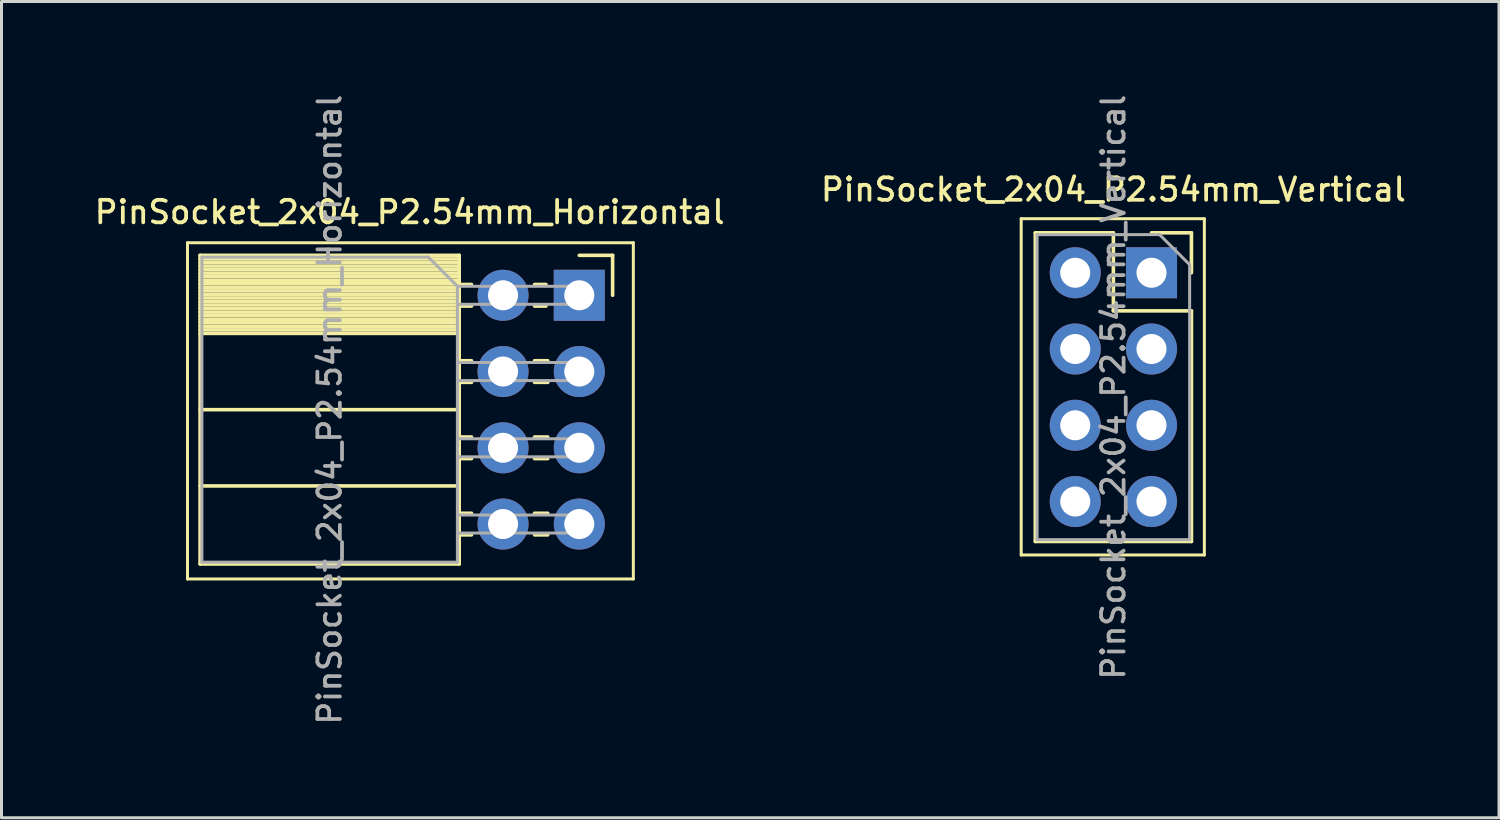
<source format=kicad_pcb>
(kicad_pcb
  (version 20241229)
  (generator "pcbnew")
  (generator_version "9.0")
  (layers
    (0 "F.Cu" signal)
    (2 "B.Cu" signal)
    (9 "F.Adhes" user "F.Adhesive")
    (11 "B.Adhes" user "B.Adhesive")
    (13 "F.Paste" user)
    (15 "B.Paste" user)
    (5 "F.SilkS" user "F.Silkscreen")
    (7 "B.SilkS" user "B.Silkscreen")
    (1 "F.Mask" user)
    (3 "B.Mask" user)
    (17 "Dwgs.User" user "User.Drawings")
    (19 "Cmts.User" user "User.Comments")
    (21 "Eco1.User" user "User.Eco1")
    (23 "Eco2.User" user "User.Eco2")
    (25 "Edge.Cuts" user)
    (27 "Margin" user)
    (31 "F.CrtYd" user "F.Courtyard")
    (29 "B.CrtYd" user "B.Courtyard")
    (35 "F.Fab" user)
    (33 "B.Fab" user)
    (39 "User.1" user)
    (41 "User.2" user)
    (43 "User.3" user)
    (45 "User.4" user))
  (footprint "PinSocket_2x04_P2.54mm_Vertical"
    (layer "F.Cu")
    (at 35.304 6.035)
    (property "Reference" "PinSocket_2x04_P2.54mm_Vertical" (at -1.27 -2.77 0) (layer "F.SilkS") (effects (font (size 0.75 0.75) (thickness 0.125))))
    (attr through_hole)
    (fp_line (start -4.34 -1.8) (end 1.76 -1.8) (stroke (width 0.1) (type solid)) (layer "F.SilkS"))
    (fp_line (start -4.34 9.4) (end -4.34 -1.8) (stroke (width 0.1) (type solid)) (layer "F.SilkS"))
    (fp_line (start -3.87 -1.33) (end -3.87 8.95) (stroke (width 0.12) (type solid)) (layer "F.SilkS"))
    (fp_line (start -3.87 -1.33) (end -1.27 -1.33) (stroke (width 0.12) (type solid)) (layer "F.SilkS"))
    (fp_line (start -3.87 8.95) (end 1.33 8.95) (stroke (width 0.12) (type solid)) (layer "F.SilkS"))
    (fp_line (start -1.27 -1.33) (end -1.27 1.27) (stroke (width 0.12) (type solid)) (layer "F.SilkS"))
    (fp_line (start -1.27 1.27) (end 1.33 1.27) (stroke (width 0.12) (type solid)) (layer "F.SilkS"))
    (fp_line (start 0 -1.33) (end 1.33 -1.33) (stroke (width 0.12) (type solid)) (layer "F.SilkS"))
    (fp_line (start 1.33 -1.33) (end 1.33 0) (stroke (width 0.12) (type solid)) (layer "F.SilkS"))
    (fp_line (start 1.33 1.27) (end 1.33 8.95) (stroke (width 0.12) (type solid)) (layer "F.SilkS"))
    (fp_line (start 1.76 -1.8) (end 1.76 9.4) (stroke (width 0.1) (type solid)) (layer "F.SilkS"))
    (fp_line (start 1.76 9.4) (end -4.34 9.4) (stroke (width 0.1) (type solid)) (layer "F.SilkS"))
    (fp_line (start -3.81 -1.27) (end 0.27 -1.27) (stroke (width 0.1) (type solid)) (layer "F.Fab"))
    (fp_line (start -3.81 8.89) (end -3.81 -1.27) (stroke (width 0.1) (type solid)) (layer "F.Fab"))
    (fp_line (start 0.27 -1.27) (end 1.27 -0.27) (stroke (width 0.1) (type solid)) (layer "F.Fab"))
    (fp_line (start 1.27 -0.27) (end 1.27 8.89) (stroke (width 0.1) (type solid)) (layer "F.Fab"))
    (fp_line (start 1.27 8.89) (end -3.81 8.89) (stroke (width 0.1) (type solid)) (layer "F.Fab"))
    (fp_text user "${REFERENCE}" (at -1.27 3.81 90) (layer "F.Fab") (effects (font (size 0.75 0.75) (thickness 0.125))))
    (pad "1" thru_hole rect (at 0 0) (size 1.7 1.7) (drill 1) (layers "*.Cu" "*.Mask"))
    (pad "2" thru_hole oval (at -2.54 0) (size 1.7 1.7) (drill 1) (layers "*.Cu" "*.Mask"))
    (pad "3" thru_hole oval (at 0 2.54) (size 1.7 1.7) (drill 1) (layers "*.Cu" "*.Mask"))
    (pad "4" thru_hole oval (at -2.54 2.54) (size 1.7 1.7) (drill 1) (layers "*.Cu" "*.Mask"))
    (pad "5" thru_hole oval (at 0 5.08) (size 1.7 1.7) (drill 1) (layers "*.Cu" "*.Mask"))
    (pad "6" thru_hole oval (at -2.54 5.08) (size 1.7 1.7) (drill 1) (layers "*.Cu" "*.Mask"))
    (pad "7" thru_hole oval (at 0 7.62) (size 1.7 1.7) (drill 1) (layers "*.Cu" "*.Mask"))
    (pad "8" thru_hole oval (at -2.54 7.62) (size 1.7 1.7) (drill 1) (layers "*.Cu" "*.Mask")))
  (footprint "PinSocket_2x04_P2.54mm_Horizontal"
    (layer "F.Cu")
    (at 16.245 6.785)
    (property "Reference" "PinSocket_2x04_P2.54mm_Horizontal" (at -5.65 -2.77 0) (layer "F.SilkS") (effects (font (size 0.75 0.75) (thickness 0.125))))
    (attr through_hole)
    (fp_line (start -13.05 -1.75) (end -13.05 9.45) (stroke (width 0.1) (type solid)) (layer "F.SilkS"))
    (fp_line (start -13.05 9.45) (end 1.8 9.45) (stroke (width 0.1) (type solid)) (layer "F.SilkS"))
    (fp_line (start -12.63 -1.33) (end -12.63 8.95) (stroke (width 0.12) (type solid)) (layer "F.SilkS"))
    (fp_line (start -12.63 -1.33) (end -4 -1.33) (stroke (width 0.12) (type solid)) (layer "F.SilkS"))
    (fp_line (start -12.63 -1.21) (end -4 -1.21) (stroke (width 0.12) (type solid)) (layer "F.SilkS"))
    (fp_line (start -12.63 -1.092) (end -4 -1.092) (stroke (width 0.12) (type solid)) (layer "F.SilkS"))
    (fp_line (start -12.63 -0.974) (end -4 -0.974) (stroke (width 0.12) (type solid)) (layer "F.SilkS"))
    (fp_line (start -12.63 -0.856) (end -4 -0.856) (stroke (width 0.12) (type solid)) (layer "F.SilkS"))
    (fp_line (start -12.63 -0.738) (end -4 -0.738) (stroke (width 0.12) (type solid)) (layer "F.SilkS"))
    (fp_line (start -12.63 -0.62) (end -4 -0.62) (stroke (width 0.12) (type solid)) (layer "F.SilkS"))
    (fp_line (start -12.63 -0.501) (end -4 -0.501) (stroke (width 0.12) (type solid)) (layer "F.SilkS"))
    (fp_line (start -12.63 -0.383) (end -4 -0.383) (stroke (width 0.12) (type solid)) (layer "F.SilkS"))
    (fp_line (start -12.63 -0.265) (end -4 -0.265) (stroke (width 0.12) (type solid)) (layer "F.SilkS"))
    (fp_line (start -12.63 -0.147) (end -4 -0.147) (stroke (width 0.12) (type solid)) (layer "F.SilkS"))
    (fp_line (start -12.63 -0.029) (end -4 -0.029) (stroke (width 0.12) (type solid)) (layer "F.SilkS"))
    (fp_line (start -12.63 0.089) (end -4 0.089) (stroke (width 0.12) (type solid)) (layer "F.SilkS"))
    (fp_line (start -12.63 0.207) (end -4 0.207) (stroke (width 0.12) (type solid)) (layer "F.SilkS"))
    (fp_line (start -12.63 0.325) (end -4 0.325) (stroke (width 0.12) (type solid)) (layer "F.SilkS"))
    (fp_line (start -12.63 0.443) (end -4 0.443) (stroke (width 0.12) (type solid)) (layer "F.SilkS"))
    (fp_line (start -12.63 0.561) (end -4 0.561) (stroke (width 0.12) (type solid)) (layer "F.SilkS"))
    (fp_line (start -12.63 0.68) (end -4 0.68) (stroke (width 0.12) (type solid)) (layer "F.SilkS"))
    (fp_line (start -12.63 0.798) (end -4 0.798) (stroke (width 0.12) (type solid)) (layer "F.SilkS"))
    (fp_line (start -12.63 0.916) (end -4 0.916) (stroke (width 0.12) (type solid)) (layer "F.SilkS"))
    (fp_line (start -12.63 1.034) (end -4 1.034) (stroke (width 0.12) (type solid)) (layer "F.SilkS"))
    (fp_line (start -12.63 1.152) (end -4 1.152) (stroke (width 0.12) (type solid)) (layer "F.SilkS"))
    (fp_line (start -12.63 1.27) (end -4 1.27) (stroke (width 0.12) (type solid)) (layer "F.SilkS"))
    (fp_line (start -12.63 3.81) (end -4 3.81) (stroke (width 0.12) (type solid)) (layer "F.SilkS"))
    (fp_line (start -12.63 6.35) (end -4 6.35) (stroke (width 0.12) (type solid)) (layer "F.SilkS"))
    (fp_line (start -12.63 8.95) (end -4 8.95) (stroke (width 0.12) (type solid)) (layer "F.SilkS"))
    (fp_line (start -4 -1.33) (end -4 8.95) (stroke (width 0.12) (type solid)) (layer "F.SilkS"))
    (fp_line (start -4 -0.36) (end -3.59 -0.36) (stroke (width 0.12) (type solid)) (layer "F.SilkS"))
    (fp_line (start -4 0.36) (end -3.59 0.36) (stroke (width 0.12) (type solid)) (layer "F.SilkS"))
    (fp_line (start -4 2.18) (end -3.59 2.18) (stroke (width 0.12) (type solid)) (layer "F.SilkS"))
    (fp_line (start -4 2.9) (end -3.59 2.9) (stroke (width 0.12) (type solid)) (layer "F.SilkS"))
    (fp_line (start -4 4.72) (end -3.59 4.72) (stroke (width 0.12) (type solid)) (layer "F.SilkS"))
    (fp_line (start -4 5.44) (end -3.59 5.44) (stroke (width 0.12) (type solid)) (layer "F.SilkS"))
    (fp_line (start -4 7.26) (end -3.59 7.26) (stroke (width 0.12) (type solid)) (layer "F.SilkS"))
    (fp_line (start -4 7.98) (end -3.59 7.98) (stroke (width 0.12) (type solid)) (layer "F.SilkS"))
    (fp_line (start -1.49 -0.36) (end -1.11 -0.36) (stroke (width 0.12) (type solid)) (layer "F.SilkS"))
    (fp_line (start -1.49 0.36) (end -1.11 0.36) (stroke (width 0.12) (type solid)) (layer "F.SilkS"))
    (fp_line (start -1.49 2.18) (end -1.05 2.18) (stroke (width 0.12) (type solid)) (layer "F.SilkS"))
    (fp_line (start -1.49 2.9) (end -1.05 2.9) (stroke (width 0.12) (type solid)) (layer "F.SilkS"))
    (fp_line (start -1.49 4.72) (end -1.05 4.72) (stroke (width 0.12) (type solid)) (layer "F.SilkS"))
    (fp_line (start -1.49 5.44) (end -1.05 5.44) (stroke (width 0.12) (type solid)) (layer "F.SilkS"))
    (fp_line (start -1.49 7.26) (end -1.05 7.26) (stroke (width 0.12) (type solid)) (layer "F.SilkS"))
    (fp_line (start -1.49 7.98) (end -1.05 7.98) (stroke (width 0.12) (type solid)) (layer "F.SilkS"))
    (fp_line (start 0 -1.33) (end 1.11 -1.33) (stroke (width 0.12) (type solid)) (layer "F.SilkS"))
    (fp_line (start 1.11 -1.33) (end 1.11 0) (stroke (width 0.12) (type solid)) (layer "F.SilkS"))
    (fp_line (start 1.8 -1.75) (end -13.05 -1.75) (stroke (width 0.1) (type solid)) (layer "F.SilkS"))
    (fp_line (start 1.8 9.45) (end 1.8 -1.75) (stroke (width 0.1) (type solid)) (layer "F.SilkS"))
    (fp_line (start -12.57 -1.27) (end -5.03 -1.27) (stroke (width 0.1) (type solid)) (layer "F.Fab"))
    (fp_line (start -12.57 8.89) (end -12.57 -1.27) (stroke (width 0.1) (type solid)) (layer "F.Fab"))
    (fp_line (start -5.03 -1.27) (end -4.06 -0.3) (stroke (width 0.1) (type solid)) (layer "F.Fab"))
    (fp_line (start -4.06 -0.3) (end -4.06 8.89) (stroke (width 0.1) (type solid)) (layer "F.Fab"))
    (fp_line (start -4.06 0.3) (end 0 0.3) (stroke (width 0.1) (type solid)) (layer "F.Fab"))
    (fp_line (start -4.06 2.84) (end 0 2.84) (stroke (width 0.1) (type solid)) (layer "F.Fab"))
    (fp_line (start -4.06 5.38) (end 0 5.38) (stroke (width 0.1) (type solid)) (layer "F.Fab"))
    (fp_line (start -4.06 7.92) (end 0 7.92) (stroke (width 0.1) (type solid)) (layer "F.Fab"))
    (fp_line (start -4.06 8.89) (end -12.57 8.89) (stroke (width 0.1) (type solid)) (layer "F.Fab"))
    (fp_line (start 0 -0.3) (end -4.06 -0.3) (stroke (width 0.1) (type solid)) (layer "F.Fab"))
    (fp_line (start 0 0.3) (end 0 -0.3) (stroke (width 0.1) (type solid)) (layer "F.Fab"))
    (fp_line (start 0 2.24) (end -4.06 2.24) (stroke (width 0.1) (type solid)) (layer "F.Fab"))
    (fp_line (start 0 2.84) (end 0 2.24) (stroke (width 0.1) (type solid)) (layer "F.Fab"))
    (fp_line (start 0 4.78) (end -4.06 4.78) (stroke (width 0.1) (type solid)) (layer "F.Fab"))
    (fp_line (start 0 5.38) (end 0 4.78) (stroke (width 0.1) (type solid)) (layer "F.Fab"))
    (fp_line (start 0 7.32) (end -4.06 7.32) (stroke (width 0.1) (type solid)) (layer "F.Fab"))
    (fp_line (start 0 7.92) (end 0 7.32) (stroke (width 0.1) (type solid)) (layer "F.Fab"))
    (fp_text user "${REFERENCE}" (at -8.315 3.81 90) (layer "F.Fab") (effects (font (size 0.75 0.75) (thickness 0.125))))
    (pad "1" thru_hole rect (at 0 0) (size 1.7 1.7) (drill 1) (layers "*.Cu" "*.Mask"))
    (pad "2" thru_hole oval (at -2.54 0) (size 1.7 1.7) (drill 1) (layers "*.Cu" "*.Mask"))
    (pad "3" thru_hole oval (at 0 2.54) (size 1.7 1.7) (drill 1) (layers "*.Cu" "*.Mask"))
    (pad "4" thru_hole oval (at -2.54 2.54) (size 1.7 1.7) (drill 1) (layers "*.Cu" "*.Mask"))
    (pad "5" thru_hole oval (at 0 5.08) (size 1.7 1.7) (drill 1) (layers "*.Cu" "*.Mask"))
    (pad "6" thru_hole oval (at -2.54 5.08) (size 1.7 1.7) (drill 1) (layers "*.Cu" "*.Mask"))
    (pad "7" thru_hole oval (at 0 7.62) (size 1.7 1.7) (drill 1) (layers "*.Cu" "*.Mask"))
    (pad "8" thru_hole oval (at -2.54 7.62) (size 1.7 1.7) (drill 1) (layers "*.Cu" "*.Mask")))
  (gr_rect
    (start -3 -3)
    (end 46.879 24.189)
    (stroke (width 0.1) (type default))
    (fill no)
    (layer "Edge.Cuts")))
</source>
